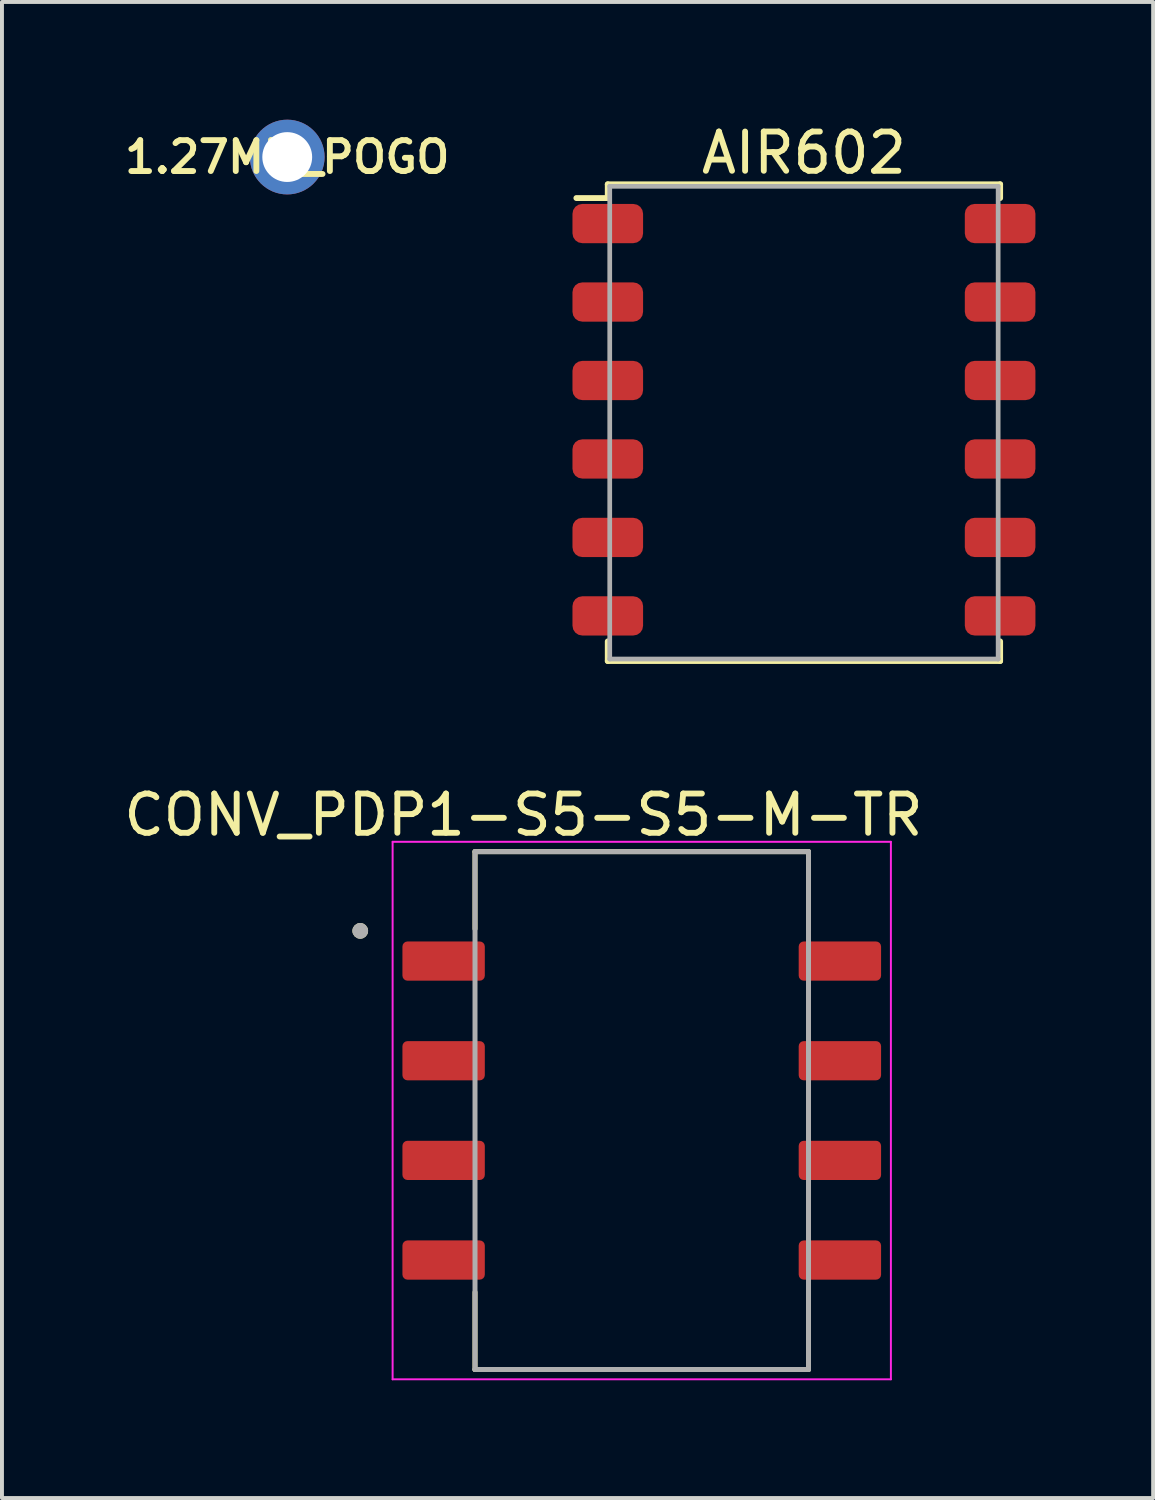
<source format=kicad_pcb>
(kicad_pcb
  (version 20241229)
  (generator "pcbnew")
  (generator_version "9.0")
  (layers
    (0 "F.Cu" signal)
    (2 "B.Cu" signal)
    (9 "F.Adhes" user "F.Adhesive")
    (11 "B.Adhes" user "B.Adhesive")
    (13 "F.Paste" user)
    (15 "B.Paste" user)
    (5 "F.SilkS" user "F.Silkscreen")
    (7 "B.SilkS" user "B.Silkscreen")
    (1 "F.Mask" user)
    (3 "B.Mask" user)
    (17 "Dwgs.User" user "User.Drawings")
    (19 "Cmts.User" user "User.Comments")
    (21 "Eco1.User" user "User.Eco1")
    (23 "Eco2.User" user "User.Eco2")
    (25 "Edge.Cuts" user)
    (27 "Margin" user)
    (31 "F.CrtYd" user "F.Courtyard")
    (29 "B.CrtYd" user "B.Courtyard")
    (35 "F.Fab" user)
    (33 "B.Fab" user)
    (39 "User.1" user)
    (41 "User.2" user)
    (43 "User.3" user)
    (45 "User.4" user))
  (footprint "AIR602"
    (layer "F.Cu")
    (at 17.441 7.648)
    (property "Reference" "AIR602" (at 0 -6.8 0) (layer "F.SilkS") (effects (font (size 1 1) (thickness 0.15))))
    (attr through_hole)
    (fp_line (start -5 -6) (end -5 -5.65) (stroke (width 0.15) (type solid)) (layer "F.SilkS"))
    (fp_line (start -5 -6) (end 5 -6) (stroke (width 0.15) (type solid)) (layer "F.SilkS"))
    (fp_line (start -5 -5.65) (end -5.8 -5.65) (stroke (width 0.15) (type solid)) (layer "F.SilkS"))
    (fp_line (start -5 6.15) (end -5 5.65) (stroke (width 0.15) (type solid)) (layer "F.SilkS"))
    (fp_line (start -5 6.15) (end 5 6.15) (stroke (width 0.15) (type solid)) (layer "F.SilkS"))
    (fp_line (start 5 -6) (end 5 -5.65) (stroke (width 0.15) (type solid)) (layer "F.SilkS"))
    (fp_line (start 5 6.15) (end 5 5.65) (stroke (width 0.15) (type solid)) (layer "F.SilkS"))
    (fp_line (start -4.95 -5.95) (end -4.95 6.1) (stroke (width 0.12) (type solid)) (layer "F.Fab"))
    (fp_line (start -4.95 6.1) (end 4.95 6.1) (stroke (width 0.12) (type solid)) (layer "F.Fab"))
    (fp_line (start 4.95 -5.95) (end -4.95 -5.95) (stroke (width 0.12) (type solid)) (layer "F.Fab"))
    (fp_line (start 4.95 6.1) (end 4.95 -5.95) (stroke (width 0.12) (type solid)) (layer "F.Fab"))
    (pad "1" smd roundrect (at -5 -5) (size 1.8 1) (layers "F.Cu" "F.Mask" "F.Paste") (roundrect_rratio 0.25))
    (pad "2" smd roundrect (at -5 -3) (size 1.8 1) (layers "F.Cu" "F.Mask" "F.Paste") (roundrect_rratio 0.25))
    (pad "3" smd roundrect (at -5 -1) (size 1.8 1) (layers "F.Cu" "F.Mask" "F.Paste") (roundrect_rratio 0.25))
    (pad "4" smd roundrect (at -5 1) (size 1.8 1) (layers "F.Cu" "F.Mask" "F.Paste") (roundrect_rratio 0.25))
    (pad "5" smd roundrect (at -5 3) (size 1.8 1) (layers "F.Cu" "F.Mask" "F.Paste") (roundrect_rratio 0.25))
    (pad "6" smd roundrect (at -5 5) (size 1.8 1) (layers "F.Cu" "F.Mask" "F.Paste") (roundrect_rratio 0.25))
    (pad "7" smd roundrect (at 5 5) (size 1.8 1) (layers "F.Cu" "F.Mask" "F.Paste") (roundrect_rratio 0.25))
    (pad "8" smd roundrect (at 5 3) (size 1.8 1) (layers "F.Cu" "F.Mask" "F.Paste") (roundrect_rratio 0.25))
    (pad "9" smd roundrect (at 5 1) (size 1.8 1) (layers "F.Cu" "F.Mask" "F.Paste") (roundrect_rratio 0.25))
    (pad "10" smd roundrect (at 5 -1) (size 1.8 1) (layers "F.Cu" "F.Mask" "F.Paste") (roundrect_rratio 0.25))
    (pad "11" smd roundrect (at 5 -3) (size 1.8 1) (layers "F.Cu" "F.Mask" "F.Paste") (roundrect_rratio 0.25))
    (pad "12" smd roundrect (at 5 -5) (size 1.8 1) (layers "F.Cu" "F.Mask" "F.Paste") (roundrect_rratio 0.25)))
  (footprint "1.27MM_POGO"
    (layer "F.Cu")
    (at 4.271 0.953)
    (property "Reference" "1.27MM_POGO" (at 0 0 0) (layer "F.SilkS") (effects (font (size 0.787 0.787) (thickness 0.15))))
    (attr through_hole)
    (pad "P$1" thru_hole circle (at 0 0) (size 1.905 1.905) (drill 1.27) (layers "*.Cu" "*.Mask")))
  (footprint "CONV_PDP1-S5-S5-M-TR"
    (layer "F.Cu")
    (at 13.307 25.256)
    (property "Reference" "CONV_PDP1-S5-S5-M-TR" (at -3.015 -7.535 0) (layer "F.SilkS") (effects (font (size 1 1) (thickness 0.15))))
    (attr through_hole)
    (fp_line (start -4.25 -6.6) (end -4.25 -4.63) (stroke (width 0.127) (type solid)) (layer "F.SilkS"))
    (fp_line (start -4.25 -6.6) (end 4.25 -6.6) (stroke (width 0.127) (type solid)) (layer "F.SilkS"))
    (fp_line (start -4.25 4.63) (end -4.25 6.6) (stroke (width 0.127) (type solid)) (layer "F.SilkS"))
    (fp_line (start -4.25 6.6) (end 4.25 6.6) (stroke (width 0.127) (type solid)) (layer "F.SilkS"))
    (fp_line (start 4.25 -6.6) (end 4.25 -4.63) (stroke (width 0.127) (type solid)) (layer "F.SilkS"))
    (fp_line (start 4.25 4.63) (end 4.25 6.6) (stroke (width 0.127) (type solid)) (layer "F.SilkS"))
    (fp_circle (center -7.175 -4.58) (end -7.075 -4.58) (stroke (width 0.2) (type solid)) (fill no) (layer "F.SilkS"))
    (fp_line (start -6.35 -6.85) (end -6.35 6.85) (stroke (width 0.05) (type solid)) (layer "F.CrtYd"))
    (fp_line (start -6.35 -6.85) (end 6.35 -6.85) (stroke (width 0.05) (type solid)) (layer "F.CrtYd"))
    (fp_line (start -6.35 6.85) (end 6.35 6.85) (stroke (width 0.05) (type solid)) (layer "F.CrtYd"))
    (fp_line (start 6.35 -6.85) (end 6.35 6.85) (stroke (width 0.05) (type solid)) (layer "F.CrtYd"))
    (fp_line (start -4.25 -6.6) (end -4.25 6.6) (stroke (width 0.127) (type solid)) (layer "F.Fab"))
    (fp_line (start -4.25 -6.6) (end 4.25 -6.6) (stroke (width 0.127) (type solid)) (layer "F.Fab"))
    (fp_line (start -4.25 6.6) (end 4.25 6.6) (stroke (width 0.127) (type solid)) (layer "F.Fab"))
    (fp_line (start 4.25 -6.6) (end 4.25 6.6) (stroke (width 0.127) (type solid)) (layer "F.Fab"))
    (fp_circle (center -7.175 -4.58) (end -7.075 -4.58) (stroke (width 0.2) (type solid)) (fill no) (layer "F.Fab"))
    (pad "1" smd roundrect (at -5.05 -3.81) (size 2.1 1) (layers "F.Cu" "F.Mask" "F.Paste") (roundrect_rratio 0.13))
    (pad "2" smd roundrect (at -5.05 -1.27) (size 2.1 1) (layers "F.Cu" "F.Mask" "F.Paste") (roundrect_rratio 0.13))
    (pad "3" smd roundrect (at -5.05 1.27) (size 2.1 1) (layers "F.Cu" "F.Mask" "F.Paste") (roundrect_rratio 0.13))
    (pad "4" smd roundrect (at -5.05 3.81) (size 2.1 1) (layers "F.Cu" "F.Mask" "F.Paste") (roundrect_rratio 0.13))
    (pad "5" smd roundrect (at 5.05 3.81) (size 2.1 1) (layers "F.Cu" "F.Mask" "F.Paste") (roundrect_rratio 0.13))
    (pad "6" smd roundrect (at 5.05 1.27) (size 2.1 1) (layers "F.Cu" "F.Mask" "F.Paste") (roundrect_rratio 0.13))
    (pad "7" smd roundrect (at 5.05 -1.27) (size 2.1 1) (layers "F.Cu" "F.Mask" "F.Paste") (roundrect_rratio 0.13))
    (pad "8" smd roundrect (at 5.05 -3.81) (size 2.1 1) (layers "F.Cu" "F.Mask" "F.Paste") (roundrect_rratio 0.13)))
  (gr_rect
    (start -3 -3)
    (end 26.341 35.132)
    (stroke (width 0.1) (type default))
    (fill no)
    (layer "Edge.Cuts")))
</source>
